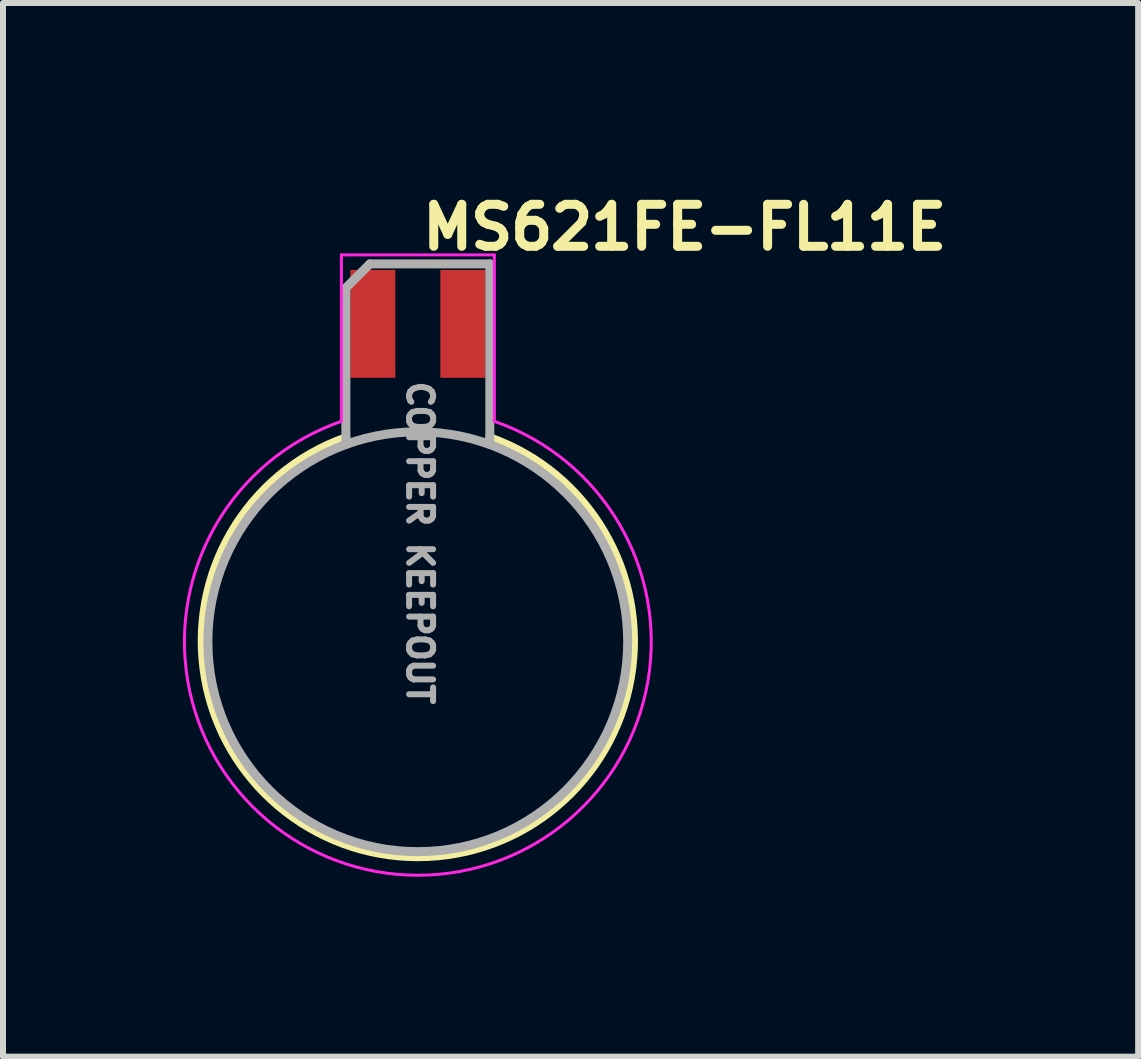
<source format=kicad_pcb>
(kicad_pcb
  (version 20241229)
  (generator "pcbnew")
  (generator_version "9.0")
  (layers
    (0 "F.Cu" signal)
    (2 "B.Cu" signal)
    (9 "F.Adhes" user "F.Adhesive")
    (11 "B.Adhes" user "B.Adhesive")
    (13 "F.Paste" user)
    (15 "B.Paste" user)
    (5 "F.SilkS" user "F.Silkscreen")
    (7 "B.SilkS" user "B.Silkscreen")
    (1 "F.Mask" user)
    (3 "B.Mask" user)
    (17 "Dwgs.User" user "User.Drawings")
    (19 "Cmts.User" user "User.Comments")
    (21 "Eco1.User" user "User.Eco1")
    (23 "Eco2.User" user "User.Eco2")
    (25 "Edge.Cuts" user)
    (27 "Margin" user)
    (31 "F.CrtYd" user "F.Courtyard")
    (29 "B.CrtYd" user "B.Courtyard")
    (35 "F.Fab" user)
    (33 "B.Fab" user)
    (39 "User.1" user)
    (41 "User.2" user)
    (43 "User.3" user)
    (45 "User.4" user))
  (footprint "MS621FE-FL11E"
    (layer "F.Cu")
    (at 3.917 6.4)
    (property "Reference" "MS621FE-FL11E" (at 0 -5.25 0) (layer "F.SilkS") (effects (font (size 0.7 0.7) (thickness 0.15)) (justify left bottom)))
    (attr smd)
    (fp_arc (start 1.2 -2.15) (mid 0 4.834) (end -1.2 -2.15) (stroke (width 0.15) (type solid)) (layer "F.SilkS"))
    (fp_line (start -1.275 -5.2) (end -1.275 -2.425) (stroke (width 0.05) (type solid)) (layer "F.CrtYd"))
    (fp_line (start 1.275 -5.2) (end -1.275 -5.2) (stroke (width 0.05) (type solid)) (layer "F.CrtYd"))
    (fp_line (start 1.275 -5.2) (end 1.275 -2.425) (stroke (width 0.05) (type solid)) (layer "F.CrtYd"))
    (fp_arc (start 1.275 -2.425) (mid 0 5.143374) (end -1.275 -2.425) (stroke (width 0.05) (type solid)) (layer "F.CrtYd"))
    (fp_line (start -1.2 -4.65) (end -1.2 -2.04) (stroke (width 0.15) (type solid)) (layer "F.Fab"))
    (fp_line (start -0.8 -5.05) (end -1.2 -4.65) (stroke (width 0.15) (type solid)) (layer "F.Fab"))
    (fp_line (start 1.2 -5.05) (end -0.8 -5.05) (stroke (width 0.15) (type solid)) (layer "F.Fab"))
    (fp_line (start 1.2 -5.05) (end 1.2 -2.04) (stroke (width 0.15) (type solid)) (layer "F.Fab"))
    (fp_circle (center -0.001 1.25) (end -0.001 -2.25) (stroke (width 0.15) (type solid)) (fill no) (layer "F.Fab"))
    (fp_rect (start -3.4 -4.65) (end 3.4 4.65) (stroke (width 0.15) (type solid)) (fill no) (layer "User.5"))
    (fp_line (start -3.4 1.29) (end -3.395 1.443) (stroke (width 0.02) (type solid)) (layer "User.9"))
    (fp_line (start -3.399 1.136) (end -3.4 1.29) (stroke (width 0.02) (type solid)) (layer "User.9"))
    (fp_line (start -3.395 1.443) (end -3.383 1.598) (stroke (width 0.02) (type solid)) (layer "User.9"))
    (fp_line (start -3.391 0.983) (end -3.399 1.136) (stroke (width 0.02) (type solid)) (layer "User.9"))
    (fp_line (start -3.383 1.598) (end -3.363 1.755) (stroke (width 0.02) (type solid)) (layer "User.9"))
    (fp_line (start -3.375 0.832) (end -3.391 0.983) (stroke (width 0.02) (type solid)) (layer "User.9"))
    (fp_line (start -3.363 1.755) (end -3.336 1.91) (stroke (width 0.02) (type solid)) (layer "User.9"))
    (fp_line (start -3.355 0.684) (end -3.375 0.832) (stroke (width 0.02) (type solid)) (layer "User.9"))
    (fp_line (start -3.336 1.91) (end -3.302 2.061) (stroke (width 0.02) (type solid)) (layer "User.9"))
    (fp_line (start -3.326 0.536) (end -3.355 0.684) (stroke (width 0.02) (type solid)) (layer "User.9"))
    (fp_line (start -3.302 2.061) (end -3.262 2.21) (stroke (width 0.02) (type solid)) (layer "User.9"))
    (fp_line (start -3.291 0.39) (end -3.326 0.536) (stroke (width 0.02) (type solid)) (layer "User.9"))
    (fp_line (start -3.262 2.21) (end -3.215 2.357) (stroke (width 0.02) (type solid)) (layer "User.9"))
    (fp_line (start -3.25 0.246) (end -3.291 0.39) (stroke (width 0.02) (type solid)) (layer "User.9"))
    (fp_line (start -3.215 2.357) (end -3.164 2.499) (stroke (width 0.02) (type solid)) (layer "User.9"))
    (fp_line (start -3.202 0.104) (end -3.25 0.246) (stroke (width 0.02) (type solid)) (layer "User.9"))
    (fp_line (start -3.164 2.499) (end -3.105 2.64) (stroke (width 0.02) (type solid)) (layer "User.9"))
    (fp_line (start -3.149 -0.035) (end -3.202 0.104) (stroke (width 0.02) (type solid)) (layer "User.9"))
    (fp_line (start -3.105 2.64) (end -3.04 2.776) (stroke (width 0.02) (type solid)) (layer "User.9"))
    (fp_line (start -3.09 -0.171) (end -3.149 -0.035) (stroke (width 0.02) (type solid)) (layer "User.9"))
    (fp_line (start -3.04 2.776) (end -2.968 2.909) (stroke (width 0.02) (type solid)) (layer "User.9"))
    (fp_line (start -3.025 -0.303) (end -3.09 -0.171) (stroke (width 0.02) (type solid)) (layer "User.9"))
    (fp_line (start -2.968 2.909) (end -2.892 3.038) (stroke (width 0.02) (type solid)) (layer "User.9"))
    (fp_line (start -2.956 -0.434) (end -3.025 -0.303) (stroke (width 0.02) (type solid)) (layer "User.9"))
    (fp_line (start -2.892 3.038) (end -2.811 3.164) (stroke (width 0.02) (type solid)) (layer "User.9"))
    (fp_line (start -2.879 -0.562) (end -2.956 -0.434) (stroke (width 0.02) (type solid)) (layer "User.9"))
    (fp_line (start -2.811 3.164) (end -2.725 3.285) (stroke (width 0.02) (type solid)) (layer "User.9"))
    (fp_line (start -2.798 -0.686) (end -2.879 -0.562) (stroke (width 0.02) (type solid)) (layer "User.9"))
    (fp_line (start -2.725 3.285) (end -2.633 3.402) (stroke (width 0.02) (type solid)) (layer "User.9"))
    (fp_line (start -2.71 -0.806) (end -2.798 -0.686) (stroke (width 0.02) (type solid)) (layer "User.9"))
    (fp_line (start -2.633 3.402) (end -2.536 3.515) (stroke (width 0.02) (type solid)) (layer "User.9"))
    (fp_line (start -2.618 -0.922) (end -2.71 -0.806) (stroke (width 0.02) (type solid)) (layer "User.9"))
    (fp_line (start -2.536 3.515) (end -2.436 3.623) (stroke (width 0.02) (type solid)) (layer "User.9"))
    (fp_line (start -2.521 -1.033) (end -2.618 -0.922) (stroke (width 0.02) (type solid)) (layer "User.9"))
    (fp_line (start -2.436 3.623) (end -2.33 3.726) (stroke (width 0.02) (type solid)) (layer "User.9"))
    (fp_line (start -2.419 -1.141) (end -2.521 -1.033) (stroke (width 0.02) (type solid)) (layer "User.9"))
    (fp_line (start -2.33 3.726) (end -2.219 3.825) (stroke (width 0.02) (type solid)) (layer "User.9"))
    (fp_line (start -2.311 -1.246) (end -2.419 -1.141) (stroke (width 0.02) (type solid)) (layer "User.9"))
    (fp_line (start -2.219 3.825) (end -2.105 3.919) (stroke (width 0.02) (type solid)) (layer "User.9"))
    (fp_line (start -2.201 -1.345) (end -2.311 -1.246) (stroke (width 0.02) (type solid)) (layer "User.9"))
    (fp_line (start -2.105 3.919) (end -1.986 4.009) (stroke (width 0.02) (type solid)) (layer "User.9"))
    (fp_line (start -2.084 -1.44) (end -2.201 -1.345) (stroke (width 0.02) (type solid)) (layer "User.9"))
    (fp_line (start -1.986 4.009) (end -1.865 4.094) (stroke (width 0.02) (type solid)) (layer "User.9"))
    (fp_line (start -1.962 -1.528) (end -2.084 -1.44) (stroke (width 0.02) (type solid)) (layer "User.9"))
    (fp_line (start -1.865 4.094) (end -1.738 4.171) (stroke (width 0.02) (type solid)) (layer "User.9"))
    (fp_line (start -1.837 -1.613) (end -1.962 -1.528) (stroke (width 0.02) (type solid)) (layer "User.9"))
    (fp_line (start -1.738 4.171) (end -1.609 4.246) (stroke (width 0.02) (type solid)) (layer "User.9"))
    (fp_line (start -1.708 -1.692) (end -1.837 -1.613) (stroke (width 0.02) (type solid)) (layer "User.9"))
    (fp_line (start -1.609 4.246) (end -1.476 4.312) (stroke (width 0.02) (type solid)) (layer "User.9"))
    (fp_line (start -1.575 -1.766) (end -1.708 -1.692) (stroke (width 0.02) (type solid)) (layer "User.9"))
    (fp_line (start -1.476 4.312) (end -1.339 4.374) (stroke (width 0.02) (type solid)) (layer "User.9"))
    (fp_line (start -1.436 -1.833) (end -1.575 -1.766) (stroke (width 0.02) (type solid)) (layer "User.9"))
    (fp_line (start -1.339 4.374) (end -1.2 4.43) (stroke (width 0.02) (type solid)) (layer "User.9"))
    (fp_line (start -1.295 -1.895) (end -1.436 -1.833) (stroke (width 0.02) (type solid)) (layer "User.9"))
    (fp_line (start -1.2 4.43) (end -1.059 4.48) (stroke (width 0.02) (type solid)) (layer "User.9"))
    (fp_line (start -1.149 -1.952) (end -1.295 -1.895) (stroke (width 0.02) (type solid)) (layer "User.9"))
    (fp_line (start -1.059 4.48) (end -0.915 4.525) (stroke (width 0.02) (type solid)) (layer "User.9"))
    (fp_line (start -1.002 -4.651) (end -1.002 -2.552) (stroke (width 0.02) (type solid)) (layer "User.9"))
    (fp_line (start -1.002 -2.552) (end -1.002 -2.456) (stroke (width 0.02) (type solid)) (layer "User.9"))
    (fp_line (start -1.002 -2.552) (end -0.501 -2.552) (stroke (width 0.02) (type solid)) (layer "User.9"))
    (fp_line (start -1.002 -2.456) (end -1.002 -2.226) (stroke (width 0.02) (type solid)) (layer "User.9"))
    (fp_line (start -1.002 -2.226) (end -1.002 2.249) (stroke (width 0.02) (type solid)) (layer "User.9"))
    (fp_line (start -1.002 -2) (end -1.149 -1.952) (stroke (width 0.02) (type solid)) (layer "User.9"))
    (fp_line (start -1.002 2.249) (end 0.998 2.249) (stroke (width 0.02) (type solid)) (layer "User.9"))
    (fp_line (start -0.915 4.525) (end -0.767 4.562) (stroke (width 0.02) (type solid)) (layer "User.9"))
    (fp_line (start -0.767 4.562) (end -0.618 4.592) (stroke (width 0.02) (type solid)) (layer "User.9"))
    (fp_line (start -0.618 4.592) (end -0.467 4.618) (stroke (width 0.02) (type solid)) (layer "User.9"))
    (fp_line (start -0.501 -4.651) (end -1.002 -4.651) (stroke (width 0.02) (type solid)) (layer "User.9"))
    (fp_line (start -0.501 -2.552) (end -0.501 -4.651) (stroke (width 0.02) (type solid)) (layer "User.9"))
    (fp_line (start -0.467 4.618) (end -0.313 4.634) (stroke (width 0.02) (type solid)) (layer "User.9"))
    (fp_line (start -0.313 4.634) (end -0.157 4.645) (stroke (width 0.02) (type solid)) (layer "User.9"))
    (fp_line (start -0.157 4.645) (end -0.001 4.648) (stroke (width 0.02) (type solid)) (layer "User.9"))
    (fp_line (start -0.001 4.648) (end 0.174 4.645) (stroke (width 0.02) (type solid)) (layer "User.9"))
    (fp_line (start 0.174 4.645) (end 0.347 4.631) (stroke (width 0.02) (type solid)) (layer "User.9"))
    (fp_line (start 0.347 4.631) (end 0.517 4.61) (stroke (width 0.02) (type solid)) (layer "User.9"))
    (fp_line (start 0.517 4.61) (end 0.685 4.579) (stroke (width 0.02) (type solid)) (layer "User.9"))
    (fp_line (start 0.685 4.579) (end 0.848 4.541) (stroke (width 0.02) (type solid)) (layer "User.9"))
    (fp_line (start 0.848 4.541) (end 1.011 4.496) (stroke (width 0.02) (type solid)) (layer "User.9"))
    (fp_line (start 0.998 -2.552) (end -1.002 -2.552) (stroke (width 0.02) (type solid)) (layer "User.9"))
    (fp_line (start 0.998 -2.456) (end 0.998 -2.552) (stroke (width 0.02) (type solid)) (layer "User.9"))
    (fp_line (start 0.998 -2.226) (end 0.998 -2.456) (stroke (width 0.02) (type solid)) (layer "User.9"))
    (fp_line (start 0.998 2.249) (end 0.998 -2.226) (stroke (width 0.02) (type solid)) (layer "User.9"))
    (fp_line (start 1.011 4.496) (end 1.169 4.443) (stroke (width 0.02) (type solid)) (layer "User.9"))
    (fp_line (start 1.132 -1.956) (end 0.998 -2) (stroke (width 0.02) (type solid)) (layer "User.9"))
    (fp_line (start 1.169 4.443) (end 1.322 4.381) (stroke (width 0.02) (type solid)) (layer "User.9"))
    (fp_line (start 1.261 -1.909) (end 1.132 -1.956) (stroke (width 0.02) (type solid)) (layer "User.9"))
    (fp_line (start 1.322 4.381) (end 1.473 4.313) (stroke (width 0.02) (type solid)) (layer "User.9"))
    (fp_line (start 1.473 4.313) (end 1.62 4.238) (stroke (width 0.02) (type solid)) (layer "User.9"))
    (fp_line (start 1.511 -1.797) (end 1.261 -1.909) (stroke (width 0.02) (type solid)) (layer "User.9"))
    (fp_line (start 1.62 4.238) (end 1.763 4.156) (stroke (width 0.02) (type solid)) (layer "User.9"))
    (fp_line (start 1.751 -1.666) (end 1.511 -1.797) (stroke (width 0.02) (type solid)) (layer "User.9"))
    (fp_line (start 1.763 4.156) (end 1.9 4.068) (stroke (width 0.02) (type solid)) (layer "User.9"))
    (fp_line (start 1.9 4.068) (end 2.034 3.974) (stroke (width 0.02) (type solid)) (layer "User.9"))
    (fp_line (start 1.975 -1.518) (end 1.751 -1.666) (stroke (width 0.02) (type solid)) (layer "User.9"))
    (fp_line (start 2.034 3.974) (end 2.161 3.873) (stroke (width 0.02) (type solid)) (layer "User.9"))
    (fp_line (start 2.161 3.873) (end 2.285 3.765) (stroke (width 0.02) (type solid)) (layer "User.9"))
    (fp_line (start 2.188 -1.353) (end 1.975 -1.518) (stroke (width 0.02) (type solid)) (layer "User.9"))
    (fp_line (start 2.285 3.765) (end 2.403 3.653) (stroke (width 0.02) (type solid)) (layer "User.9"))
    (fp_line (start 2.386 -1.174) (end 2.188 -1.353) (stroke (width 0.02) (type solid)) (layer "User.9"))
    (fp_line (start 2.403 3.653) (end 2.515 3.535) (stroke (width 0.02) (type solid)) (layer "User.9"))
    (fp_line (start 2.515 3.535) (end 2.623 3.411) (stroke (width 0.02) (type solid)) (layer "User.9"))
    (fp_line (start 2.568 -0.978) (end 2.386 -1.174) (stroke (width 0.02) (type solid)) (layer "User.9"))
    (fp_line (start 2.623 3.411) (end 2.724 3.284) (stroke (width 0.02) (type solid)) (layer "User.9"))
    (fp_line (start 2.724 3.284) (end 2.818 3.149) (stroke (width 0.02) (type solid)) (layer "User.9"))
    (fp_line (start 2.733 -0.771) (end 2.568 -0.978) (stroke (width 0.02) (type solid)) (layer "User.9"))
    (fp_line (start 2.818 3.149) (end 2.906 3.012) (stroke (width 0.02) (type solid)) (layer "User.9"))
    (fp_line (start 2.883 -0.551) (end 2.733 -0.771) (stroke (width 0.02) (type solid)) (layer "User.9"))
    (fp_line (start 2.906 3.012) (end 2.988 2.87) (stroke (width 0.02) (type solid)) (layer "User.9"))
    (fp_line (start 2.988 2.87) (end 3.063 2.724) (stroke (width 0.02) (type solid)) (layer "User.9"))
    (fp_line (start 3.015 -0.319) (end 2.883 -0.551) (stroke (width 0.02) (type solid)) (layer "User.9"))
    (fp_line (start 3.063 2.724) (end 3.132 2.572) (stroke (width 0.02) (type solid)) (layer "User.9"))
    (fp_line (start 3.129 -0.077) (end 3.015 -0.319) (stroke (width 0.02) (type solid)) (layer "User.9"))
    (fp_line (start 3.132 2.572) (end 3.192 2.418) (stroke (width 0.02) (type solid)) (layer "User.9"))
    (fp_line (start 3.192 2.418) (end 3.246 2.261) (stroke (width 0.02) (type solid)) (layer "User.9"))
    (fp_line (start 3.225 0.174) (end 3.129 -0.077) (stroke (width 0.02) (type solid)) (layer "User.9"))
    (fp_line (start 3.246 2.261) (end 3.292 2.099) (stroke (width 0.02) (type solid)) (layer "User.9"))
    (fp_line (start 3.292 2.099) (end 3.33 1.935) (stroke (width 0.02) (type solid)) (layer "User.9"))
    (fp_line (start 3.3 0.432) (end 3.225 0.174) (stroke (width 0.02) (type solid)) (layer "User.9"))
    (fp_line (start 3.33 1.935) (end 3.359 1.767) (stroke (width 0.02) (type solid)) (layer "User.9"))
    (fp_line (start 3.354 0.699) (end 3.3 0.432) (stroke (width 0.02) (type solid)) (layer "User.9"))
    (fp_line (start 3.359 1.767) (end 3.382 1.596) (stroke (width 0.02) (type solid)) (layer "User.9"))
    (fp_line (start 3.382 1.596) (end 3.394 1.423) (stroke (width 0.02) (type solid)) (layer "User.9"))
    (fp_line (start 3.387 0.971) (end 3.354 0.699) (stroke (width 0.02) (type solid)) (layer "User.9"))
    (fp_line (start 3.394 1.423) (end 3.398 1.249) (stroke (width 0.02) (type solid)) (layer "User.9"))
    (fp_line (start 3.397 1.11) (end 3.387 0.971) (stroke (width 0.02) (type solid)) (layer "User.9"))
    (fp_line (start 3.398 1.249) (end 3.397 1.11) (stroke (width 0.02) (type solid)) (layer "User.9"))
    (fp_rect (start 0.498 -4.651) (end 0.998 -2.552) (stroke (width 0.02) (type solid)) (fill no) (layer "User.9"))
    (fp_text user "COPPER KEEPOUT" (at -0.2 -3.14 270) (unlocked yes) (layer "F.Fab") (effects (font (size 0.4 0.4) (thickness 0.1)) (justify left bottom)))
    (pad "1" smd rect (at -0.75 -4.05 270) (size 1.8 0.75) (layers "F.Cu" "F.Mask" "F.Paste"))
    (pad "2" smd rect (at 0.75 -4.05 270) (size 1.8 0.75) (layers "F.Cu" "F.Mask" "F.Paste"))
    (zone (net_name "") (layers "F.Cu" "F.CrtYd") (hatch edge 0.508) (connect_pads) (min_thickness 0.254) (filled_areas_thickness no) (keepout (tracks allowed) (vias not_allowed) (pads not_allowed) (copperpour not_allowed) (footprints allowed)) (placement (enabled no)) (fill) (polygon (pts (xy 2.757 8.9) (xy 2.757 3.26) (xy 5.077 3.26) (xy 5.077 8.9)))))
  (gr_rect
    (start -3 -3)
    (end 15.927 14.568)
    (stroke (width 0.1) (type default))
    (fill no)
    (layer "Edge.Cuts")))
</source>
